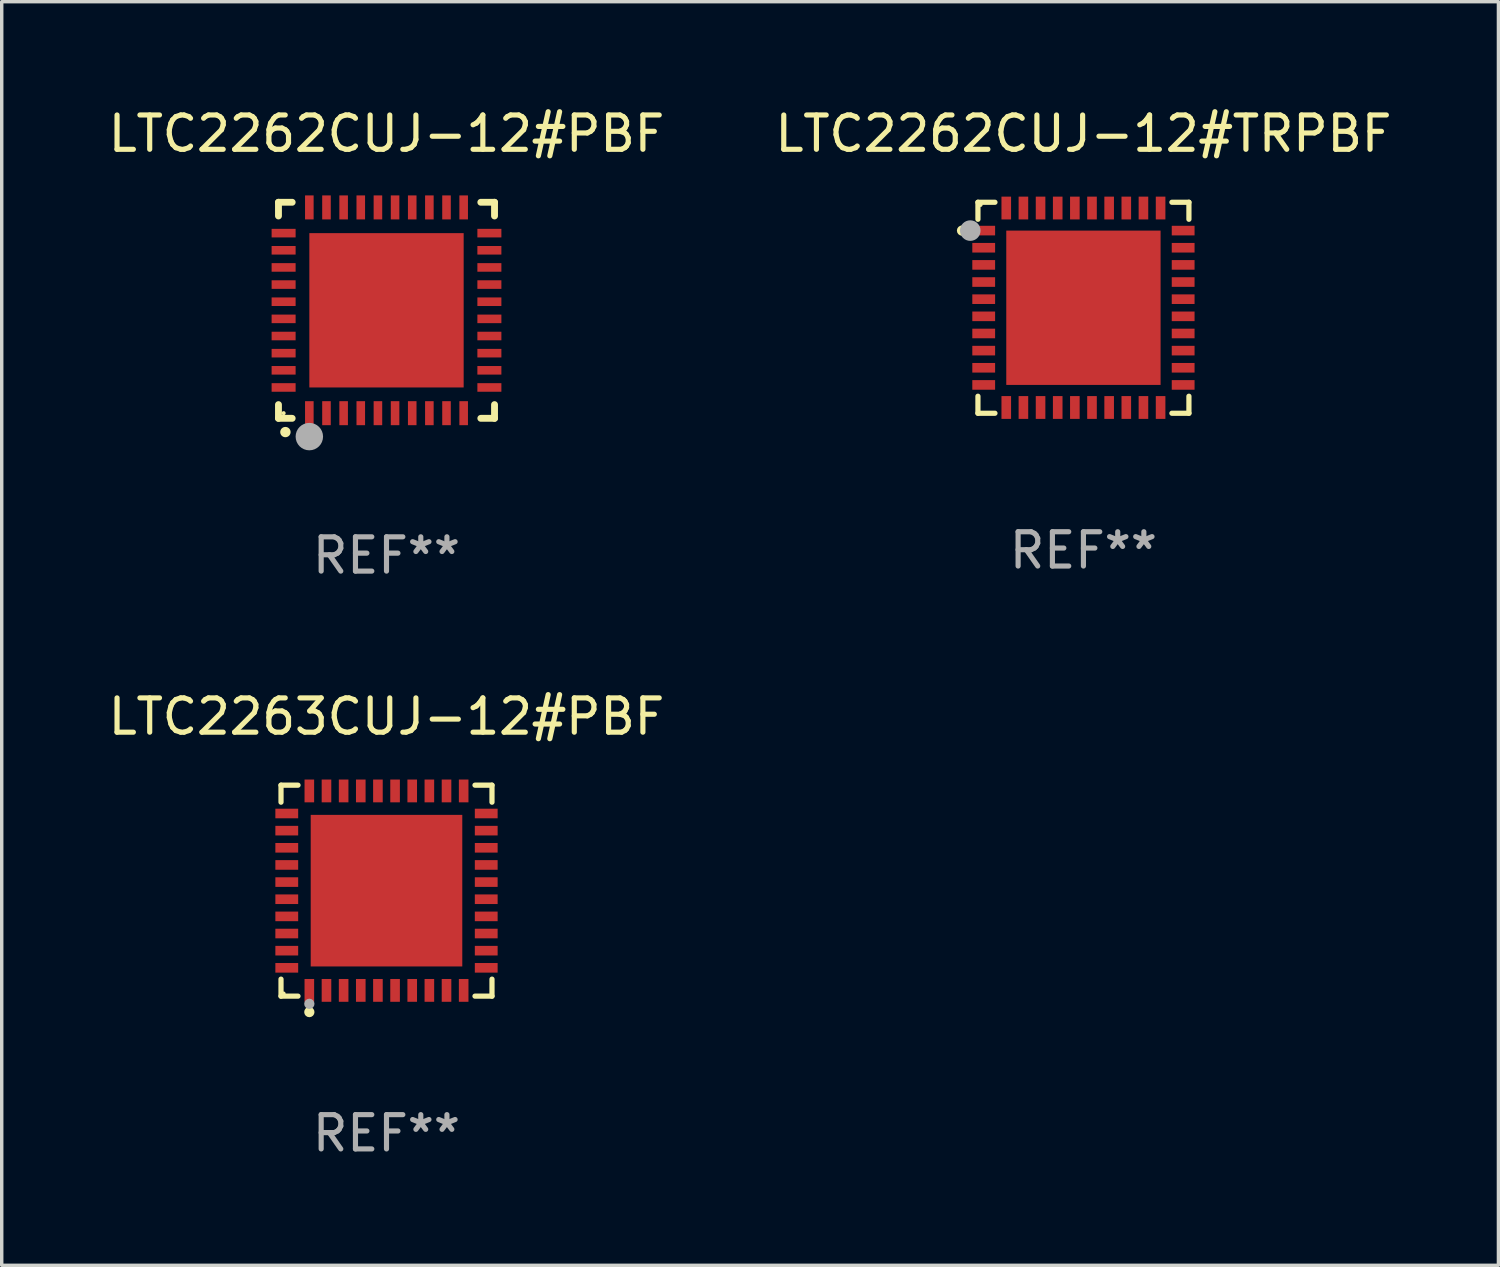
<source format=kicad_pcb>
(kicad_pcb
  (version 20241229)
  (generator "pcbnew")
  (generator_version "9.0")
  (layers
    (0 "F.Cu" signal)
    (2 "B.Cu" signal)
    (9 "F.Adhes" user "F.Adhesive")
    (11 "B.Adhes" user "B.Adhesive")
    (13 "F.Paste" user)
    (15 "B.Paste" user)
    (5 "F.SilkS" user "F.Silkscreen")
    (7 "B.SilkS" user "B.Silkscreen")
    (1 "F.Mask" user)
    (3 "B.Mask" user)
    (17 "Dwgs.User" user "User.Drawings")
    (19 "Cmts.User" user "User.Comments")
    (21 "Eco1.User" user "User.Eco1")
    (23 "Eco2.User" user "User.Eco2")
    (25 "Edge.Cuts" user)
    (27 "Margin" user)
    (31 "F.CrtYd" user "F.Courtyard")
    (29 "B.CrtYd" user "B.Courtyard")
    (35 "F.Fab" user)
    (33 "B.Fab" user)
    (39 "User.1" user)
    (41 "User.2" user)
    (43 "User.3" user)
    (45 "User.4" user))
  (footprint "LTC2262CUJ-12#PBF"
    (layer "F.Cu")
    (at 8.22 5.998)
    (property "Reference" "LTC2262CUJ-12#PBF" (at 0 -5.15 0) (layer "F.SilkS") (effects (font (size 1 1) (thickness 0.15))))
    (attr through_hole)
    (fp_line (start -3.15 -3.15) (end -2.75 -3.15) (stroke (width 0.2) (type solid)) (layer "F.SilkS"))
    (fp_line (start -3.15 -2.75) (end -3.15 -3.15) (stroke (width 0.2) (type solid)) (layer "F.SilkS"))
    (fp_line (start -3.15 3.15) (end -3.15 2.75) (stroke (width 0.2) (type solid)) (layer "F.SilkS"))
    (fp_line (start -2.75 3.15) (end -3.15 3.15) (stroke (width 0.2) (type solid)) (layer "F.SilkS"))
    (fp_line (start 3.15 -3.15) (end 2.75 -3.15) (stroke (width 0.2) (type solid)) (layer "F.SilkS"))
    (fp_line (start 3.15 -2.75) (end 3.15 -3.15) (stroke (width 0.2) (type solid)) (layer "F.SilkS"))
    (fp_line (start 3.15 2.75) (end 3.15 3.15) (stroke (width 0.2) (type solid)) (layer "F.SilkS"))
    (fp_line (start 3.15 3.15) (end 2.75 3.15) (stroke (width 0.2) (type solid)) (layer "F.SilkS"))
    (fp_arc (start -2.94892 3.550927) (mid -2.94765 3.550922) (end -2.94638 3.550927) (stroke (width 0.3) (type solid)) (layer "F.SilkS"))
    (fp_circle (center -3 3) (end -2.97 3) (stroke (width 0.06) (type solid)) (fill no) (layer "F.SilkS"))
    (fp_circle (center -2.25 3.683) (end -2.05 3.683) (stroke (width 0.4) (type solid)) (fill no) (layer "F.Fab"))
    (fp_text user "REF**" (at 0 7.15 0) (layer "F.Fab") (effects (font (size 1 1) (thickness 0.15))))
    (pad "1" smd rect (at -2.25 3 180) (size 0.25 0.7) (layers "F.Cu" "F.Mask" "F.Paste"))
    (pad "2" smd rect (at -1.75 3 180) (size 0.25 0.7) (layers "F.Cu" "F.Mask" "F.Paste"))
    (pad "3" smd rect (at -1.25 3 180) (size 0.25 0.7) (layers "F.Cu" "F.Mask" "F.Paste"))
    (pad "4" smd rect (at -0.75 3 180) (size 0.25 0.7) (layers "F.Cu" "F.Mask" "F.Paste"))
    (pad "5" smd rect (at -0.25 3 180) (size 0.25 0.7) (layers "F.Cu" "F.Mask" "F.Paste"))
    (pad "6" smd rect (at 0.25 3 180) (size 0.25 0.7) (layers "F.Cu" "F.Mask" "F.Paste"))
    (pad "7" smd rect (at 0.75 3 180) (size 0.25 0.7) (layers "F.Cu" "F.Mask" "F.Paste"))
    (pad "8" smd rect (at 1.25 3 180) (size 0.25 0.7) (layers "F.Cu" "F.Mask" "F.Paste"))
    (pad "9" smd rect (at 1.75 3 180) (size 0.25 0.7) (layers "F.Cu" "F.Mask" "F.Paste"))
    (pad "10" smd rect (at 2.25 3 180) (size 0.25 0.7) (layers "F.Cu" "F.Mask" "F.Paste"))
    (pad "11" smd rect (at 3 2.25 90) (size 0.25 0.7) (layers "F.Cu" "F.Mask" "F.Paste"))
    (pad "12" smd rect (at 3 1.75 90) (size 0.25 0.7) (layers "F.Cu" "F.Mask" "F.Paste"))
    (pad "13" smd rect (at 3 1.25 90) (size 0.25 0.7) (layers "F.Cu" "F.Mask" "F.Paste"))
    (pad "14" smd rect (at 3 0.75 90) (size 0.25 0.7) (layers "F.Cu" "F.Mask" "F.Paste"))
    (pad "15" smd rect (at 3 0.25 90) (size 0.25 0.7) (layers "F.Cu" "F.Mask" "F.Paste"))
    (pad "16" smd rect (at 3 -0.25 90) (size 0.25 0.7) (layers "F.Cu" "F.Mask" "F.Paste"))
    (pad "17" smd rect (at 3 -0.75 90) (size 0.25 0.7) (layers "F.Cu" "F.Mask" "F.Paste"))
    (pad "18" smd rect (at 3 -1.25 90) (size 0.25 0.7) (layers "F.Cu" "F.Mask" "F.Paste"))
    (pad "19" smd rect (at 3 -1.75 90) (size 0.25 0.7) (layers "F.Cu" "F.Mask" "F.Paste"))
    (pad "20" smd rect (at 3 -2.25 90) (size 0.25 0.7) (layers "F.Cu" "F.Mask" "F.Paste"))
    (pad "21" smd rect (at 2.25 -3 180) (size 0.25 0.7) (layers "F.Cu" "F.Mask" "F.Paste"))
    (pad "22" smd rect (at 1.75 -3 180) (size 0.25 0.7) (layers "F.Cu" "F.Mask" "F.Paste"))
    (pad "23" smd rect (at 1.25 -3 180) (size 0.25 0.7) (layers "F.Cu" "F.Mask" "F.Paste"))
    (pad "24" smd rect (at 0.75 -3 180) (size 0.25 0.7) (layers "F.Cu" "F.Mask" "F.Paste"))
    (pad "25" smd rect (at 0.25 -3 180) (size 0.25 0.7) (layers "F.Cu" "F.Mask" "F.Paste"))
    (pad "26" smd rect (at -0.25 -3 180) (size 0.25 0.7) (layers "F.Cu" "F.Mask" "F.Paste"))
    (pad "27" smd rect (at -0.75 -3 180) (size 0.25 0.7) (layers "F.Cu" "F.Mask" "F.Paste"))
    (pad "28" smd rect (at -1.25 -3 180) (size 0.25 0.7) (layers "F.Cu" "F.Mask" "F.Paste"))
    (pad "29" smd rect (at -1.75 -3 180) (size 0.25 0.7) (layers "F.Cu" "F.Mask" "F.Paste"))
    (pad "30" smd rect (at -2.25 -3 180) (size 0.25 0.7) (layers "F.Cu" "F.Mask" "F.Paste"))
    (pad "31" smd rect (at -3 -2.25 90) (size 0.25 0.7) (layers "F.Cu" "F.Mask" "F.Paste"))
    (pad "32" smd rect (at -3 -1.75 90) (size 0.25 0.7) (layers "F.Cu" "F.Mask" "F.Paste"))
    (pad "33" smd rect (at -3 -1.25 90) (size 0.25 0.7) (layers "F.Cu" "F.Mask" "F.Paste"))
    (pad "34" smd rect (at -3 -0.75 90) (size 0.25 0.7) (layers "F.Cu" "F.Mask" "F.Paste"))
    (pad "35" smd rect (at -3 -0.25 90) (size 0.25 0.7) (layers "F.Cu" "F.Mask" "F.Paste"))
    (pad "36" smd rect (at -3 0.25 90) (size 0.25 0.7) (layers "F.Cu" "F.Mask" "F.Paste"))
    (pad "37" smd rect (at -3 0.75 90) (size 0.25 0.7) (layers "F.Cu" "F.Mask" "F.Paste"))
    (pad "38" smd rect (at -3 1.25 90) (size 0.25 0.7) (layers "F.Cu" "F.Mask" "F.Paste"))
    (pad "39" smd rect (at -3 1.75 90) (size 0.25 0.7) (layers "F.Cu" "F.Mask" "F.Paste"))
    (pad "40" smd rect (at -3 2.25 90) (size 0.25 0.7) (layers "F.Cu" "F.Mask" "F.Paste"))
    (pad "41" smd rect (at 0.000102 0.000076 90) (size 4.5 4.5) (layers "F.Cu" "F.Mask" "F.Paste")))
  (footprint "LTC2262CUJ-12#TRPBF"
    (layer "F.Cu")
    (at 28.542 5.924)
    (property "Reference" "LTC2262CUJ-12#TRPBF" (at 0 -5.076 0) (layer "F.SilkS") (effects (font (size 1 1) (thickness 0.15))))
    (attr through_hole)
    (fp_line (start -3.076 -3.076) (end -3.076 -2.58) (stroke (width 0.152) (type solid)) (layer "F.SilkS"))
    (fp_line (start -3.076 3.076) (end -3.076 2.58) (stroke (width 0.152) (type solid)) (layer "F.SilkS"))
    (fp_line (start -2.58 -3.076) (end -3.076 -3.076) (stroke (width 0.152) (type solid)) (layer "F.SilkS"))
    (fp_line (start -2.58 3.076) (end -3.076 3.076) (stroke (width 0.152) (type solid)) (layer "F.SilkS"))
    (fp_line (start 2.58 -3.076) (end 3.076 -3.076) (stroke (width 0.152) (type solid)) (layer "F.SilkS"))
    (fp_line (start 2.58 3.076) (end 3.076 3.076) (stroke (width 0.152) (type solid)) (layer "F.SilkS"))
    (fp_line (start 3.076 -3.076) (end 3.076 -2.58) (stroke (width 0.152) (type solid)) (layer "F.SilkS"))
    (fp_line (start 3.076 3.076) (end 3.076 2.58) (stroke (width 0.152) (type solid)) (layer "F.SilkS"))
    (fp_circle (center -3.54 -2.25) (end -3.465 -2.25) (stroke (width 0.15) (type solid)) (fill no) (layer "F.SilkS"))
    (fp_circle (center -3 -3) (end -2.97 -3) (stroke (width 0.06) (type solid)) (fill no) (layer "F.SilkS"))
    (fp_circle (center -3.3 -2.25) (end -3.15 -2.25) (stroke (width 0.3) (type solid)) (fill no) (layer "F.Fab"))
    (fp_text user "REF**" (at 0 7.076 0) (layer "F.Fab") (effects (font (size 1 1) (thickness 0.15))))
    (pad "1" smd rect (at -2.908 -2.25) (size 0.665 0.28) (layers "F.Cu" "F.Mask" "F.Paste"))
    (pad "2" smd rect (at -2.908 -1.75) (size 0.665 0.28) (layers "F.Cu" "F.Mask" "F.Paste"))
    (pad "3" smd rect (at -2.908 -1.25) (size 0.665 0.28) (layers "F.Cu" "F.Mask" "F.Paste"))
    (pad "4" smd rect (at -2.908 -0.75) (size 0.665 0.28) (layers "F.Cu" "F.Mask" "F.Paste"))
    (pad "5" smd rect (at -2.908 -0.25) (size 0.665 0.28) (layers "F.Cu" "F.Mask" "F.Paste"))
    (pad "6" smd rect (at -2.908 0.25) (size 0.665 0.28) (layers "F.Cu" "F.Mask" "F.Paste"))
    (pad "7" smd rect (at -2.908 0.75) (size 0.665 0.28) (layers "F.Cu" "F.Mask" "F.Paste"))
    (pad "8" smd rect (at -2.908 1.25) (size 0.665 0.28) (layers "F.Cu" "F.Mask" "F.Paste"))
    (pad "9" smd rect (at -2.908 1.75) (size 0.665 0.28) (layers "F.Cu" "F.Mask" "F.Paste"))
    (pad "10" smd rect (at -2.908 2.25) (size 0.665 0.28) (layers "F.Cu" "F.Mask" "F.Paste"))
    (pad "11" smd rect (at -2.25 2.908) (size 0.28 0.665) (layers "F.Cu" "F.Mask" "F.Paste"))
    (pad "12" smd rect (at -1.75 2.908) (size 0.28 0.665) (layers "F.Cu" "F.Mask" "F.Paste"))
    (pad "13" smd rect (at -1.25 2.908) (size 0.28 0.665) (layers "F.Cu" "F.Mask" "F.Paste"))
    (pad "14" smd rect (at -0.75 2.908) (size 0.28 0.665) (layers "F.Cu" "F.Mask" "F.Paste"))
    (pad "15" smd rect (at -0.25 2.908) (size 0.28 0.665) (layers "F.Cu" "F.Mask" "F.Paste"))
    (pad "16" smd rect (at 0.25 2.908) (size 0.28 0.665) (layers "F.Cu" "F.Mask" "F.Paste"))
    (pad "17" smd rect (at 0.75 2.908) (size 0.28 0.665) (layers "F.Cu" "F.Mask" "F.Paste"))
    (pad "18" smd rect (at 1.25 2.908) (size 0.28 0.665) (layers "F.Cu" "F.Mask" "F.Paste"))
    (pad "19" smd rect (at 1.75 2.908) (size 0.28 0.665) (layers "F.Cu" "F.Mask" "F.Paste"))
    (pad "20" smd rect (at 2.25 2.908) (size 0.28 0.665) (layers "F.Cu" "F.Mask" "F.Paste"))
    (pad "21" smd rect (at 2.908 2.25) (size 0.665 0.28) (layers "F.Cu" "F.Mask" "F.Paste"))
    (pad "22" smd rect (at 2.908 1.75) (size 0.665 0.28) (layers "F.Cu" "F.Mask" "F.Paste"))
    (pad "23" smd rect (at 2.908 1.25) (size 0.665 0.28) (layers "F.Cu" "F.Mask" "F.Paste"))
    (pad "24" smd rect (at 2.908 0.75) (size 0.665 0.28) (layers "F.Cu" "F.Mask" "F.Paste"))
    (pad "25" smd rect (at 2.908 0.25) (size 0.665 0.28) (layers "F.Cu" "F.Mask" "F.Paste"))
    (pad "26" smd rect (at 2.908 -0.25) (size 0.665 0.28) (layers "F.Cu" "F.Mask" "F.Paste"))
    (pad "27" smd rect (at 2.908 -0.75) (size 0.665 0.28) (layers "F.Cu" "F.Mask" "F.Paste"))
    (pad "28" smd rect (at 2.908 -1.25) (size 0.665 0.28) (layers "F.Cu" "F.Mask" "F.Paste"))
    (pad "29" smd rect (at 2.908 -1.75) (size 0.665 0.28) (layers "F.Cu" "F.Mask" "F.Paste"))
    (pad "30" smd rect (at 2.908 -2.25) (size 0.665 0.28) (layers "F.Cu" "F.Mask" "F.Paste"))
    (pad "31" smd rect (at 2.25 -2.908) (size 0.28 0.665) (layers "F.Cu" "F.Mask" "F.Paste"))
    (pad "32" smd rect (at 1.75 -2.908) (size 0.28 0.665) (layers "F.Cu" "F.Mask" "F.Paste"))
    (pad "33" smd rect (at 1.25 -2.908) (size 0.28 0.665) (layers "F.Cu" "F.Mask" "F.Paste"))
    (pad "34" smd rect (at 0.75 -2.908) (size 0.28 0.665) (layers "F.Cu" "F.Mask" "F.Paste"))
    (pad "35" smd rect (at 0.25 -2.908) (size 0.28 0.665) (layers "F.Cu" "F.Mask" "F.Paste"))
    (pad "36" smd rect (at -0.25 -2.908) (size 0.28 0.665) (layers "F.Cu" "F.Mask" "F.Paste"))
    (pad "37" smd rect (at -0.75 -2.908) (size 0.28 0.665) (layers "F.Cu" "F.Mask" "F.Paste"))
    (pad "38" smd rect (at -1.25 -2.908) (size 0.28 0.665) (layers "F.Cu" "F.Mask" "F.Paste"))
    (pad "39" smd rect (at -1.75 -2.908) (size 0.28 0.665) (layers "F.Cu" "F.Mask" "F.Paste"))
    (pad "40" smd rect (at -2.25 -2.908) (size 0.28 0.665) (layers "F.Cu" "F.Mask" "F.Paste"))
    (pad "41" smd rect (at 0 0) (size 4.5 4.5) (layers "F.Cu" "F.Mask" "F.Paste")))
  (footprint "LTC2263CUJ-12#PBF"
    (layer "F.Cu")
    (at 8.22 22.921)
    (property "Reference" "LTC2263CUJ-12#PBF" (at 0 -5.076 0) (layer "F.SilkS") (effects (font (size 1 1) (thickness 0.15))))
    (attr through_hole)
    (fp_line (start -3.076 -3.076) (end -2.58 -3.076) (stroke (width 0.152) (type solid)) (layer "F.SilkS"))
    (fp_line (start -3.076 -2.58) (end -3.076 -3.076) (stroke (width 0.152) (type solid)) (layer "F.SilkS"))
    (fp_line (start -3.076 2.58) (end -3.076 3.076) (stroke (width 0.152) (type solid)) (layer "F.SilkS"))
    (fp_line (start -3.076 3.076) (end -2.58 3.076) (stroke (width 0.152) (type solid)) (layer "F.SilkS"))
    (fp_line (start 3.076 -3.076) (end 2.58 -3.076) (stroke (width 0.152) (type solid)) (layer "F.SilkS"))
    (fp_line (start 3.076 -2.58) (end 3.076 -3.076) (stroke (width 0.152) (type solid)) (layer "F.SilkS"))
    (fp_line (start 3.076 2.58) (end 3.076 3.076) (stroke (width 0.152) (type solid)) (layer "F.SilkS"))
    (fp_line (start 3.076 3.076) (end 2.58 3.076) (stroke (width 0.152) (type solid)) (layer "F.SilkS"))
    (fp_circle (center -3 3) (end -2.97 3) (stroke (width 0.06) (type solid)) (fill no) (layer "F.SilkS"))
    (fp_circle (center -2.25 3.54) (end -2.175 3.54) (stroke (width 0.15) (type solid)) (fill no) (layer "F.SilkS"))
    (fp_circle (center -2.25 3.3) (end -2.175 3.3) (stroke (width 0.15) (type solid)) (fill no) (layer "F.Fab"))
    (fp_text user "REF**" (at 0 7.076 0) (layer "F.Fab") (effects (font (size 1 1) (thickness 0.15))))
    (pad "1" smd rect (at -2.25 2.908) (size 0.28 0.665) (layers "F.Cu" "F.Mask" "F.Paste"))
    (pad "2" smd rect (at -1.75 2.908) (size 0.28 0.665) (layers "F.Cu" "F.Mask" "F.Paste"))
    (pad "3" smd rect (at -1.25 2.908) (size 0.28 0.665) (layers "F.Cu" "F.Mask" "F.Paste"))
    (pad "4" smd rect (at -0.75 2.908) (size 0.28 0.665) (layers "F.Cu" "F.Mask" "F.Paste"))
    (pad "5" smd rect (at -0.25 2.908) (size 0.28 0.665) (layers "F.Cu" "F.Mask" "F.Paste"))
    (pad "6" smd rect (at 0.25 2.908) (size 0.28 0.665) (layers "F.Cu" "F.Mask" "F.Paste"))
    (pad "7" smd rect (at 0.75 2.908) (size 0.28 0.665) (layers "F.Cu" "F.Mask" "F.Paste"))
    (pad "8" smd rect (at 1.25 2.908) (size 0.28 0.665) (layers "F.Cu" "F.Mask" "F.Paste"))
    (pad "9" smd rect (at 1.75 2.908) (size 0.28 0.665) (layers "F.Cu" "F.Mask" "F.Paste"))
    (pad "10" smd rect (at 2.25 2.908) (size 0.28 0.665) (layers "F.Cu" "F.Mask" "F.Paste"))
    (pad "11" smd rect (at 2.908 2.25) (size 0.665 0.28) (layers "F.Cu" "F.Mask" "F.Paste"))
    (pad "12" smd rect (at 2.908 1.75) (size 0.665 0.28) (layers "F.Cu" "F.Mask" "F.Paste"))
    (pad "13" smd rect (at 2.908 1.25) (size 0.665 0.28) (layers "F.Cu" "F.Mask" "F.Paste"))
    (pad "14" smd rect (at 2.908 0.75) (size 0.665 0.28) (layers "F.Cu" "F.Mask" "F.Paste"))
    (pad "15" smd rect (at 2.908 0.25) (size 0.665 0.28) (layers "F.Cu" "F.Mask" "F.Paste"))
    (pad "16" smd rect (at 2.908 -0.25) (size 0.665 0.28) (layers "F.Cu" "F.Mask" "F.Paste"))
    (pad "17" smd rect (at 2.908 -0.75) (size 0.665 0.28) (layers "F.Cu" "F.Mask" "F.Paste"))
    (pad "18" smd rect (at 2.908 -1.25) (size 0.665 0.28) (layers "F.Cu" "F.Mask" "F.Paste"))
    (pad "19" smd rect (at 2.908 -1.75) (size 0.665 0.28) (layers "F.Cu" "F.Mask" "F.Paste"))
    (pad "20" smd rect (at 2.908 -2.25) (size 0.665 0.28) (layers "F.Cu" "F.Mask" "F.Paste"))
    (pad "21" smd rect (at 2.25 -2.908) (size 0.28 0.665) (layers "F.Cu" "F.Mask" "F.Paste"))
    (pad "22" smd rect (at 1.75 -2.908) (size 0.28 0.665) (layers "F.Cu" "F.Mask" "F.Paste"))
    (pad "23" smd rect (at 1.25 -2.908) (size 0.28 0.665) (layers "F.Cu" "F.Mask" "F.Paste"))
    (pad "24" smd rect (at 0.75 -2.908) (size 0.28 0.665) (layers "F.Cu" "F.Mask" "F.Paste"))
    (pad "25" smd rect (at 0.25 -2.908) (size 0.28 0.665) (layers "F.Cu" "F.Mask" "F.Paste"))
    (pad "26" smd rect (at -0.25 -2.908) (size 0.28 0.665) (layers "F.Cu" "F.Mask" "F.Paste"))
    (pad "27" smd rect (at -0.75 -2.908) (size 0.28 0.665) (layers "F.Cu" "F.Mask" "F.Paste"))
    (pad "28" smd rect (at -1.25 -2.908) (size 0.28 0.665) (layers "F.Cu" "F.Mask" "F.Paste"))
    (pad "29" smd rect (at -1.75 -2.908) (size 0.28 0.665) (layers "F.Cu" "F.Mask" "F.Paste"))
    (pad "30" smd rect (at -2.25 -2.908) (size 0.28 0.665) (layers "F.Cu" "F.Mask" "F.Paste"))
    (pad "31" smd rect (at -2.908 -2.25) (size 0.665 0.28) (layers "F.Cu" "F.Mask" "F.Paste"))
    (pad "32" smd rect (at -2.908 -1.75) (size 0.665 0.28) (layers "F.Cu" "F.Mask" "F.Paste"))
    (pad "33" smd rect (at -2.908 -1.25) (size 0.665 0.28) (layers "F.Cu" "F.Mask" "F.Paste"))
    (pad "34" smd rect (at -2.908 -0.75) (size 0.665 0.28) (layers "F.Cu" "F.Mask" "F.Paste"))
    (pad "35" smd rect (at -2.908 -0.25) (size 0.665 0.28) (layers "F.Cu" "F.Mask" "F.Paste"))
    (pad "36" smd rect (at -2.908 0.25) (size 0.665 0.28) (layers "F.Cu" "F.Mask" "F.Paste"))
    (pad "37" smd rect (at -2.908 0.75) (size 0.665 0.28) (layers "F.Cu" "F.Mask" "F.Paste"))
    (pad "38" smd rect (at -2.908 1.25) (size 0.665 0.28) (layers "F.Cu" "F.Mask" "F.Paste"))
    (pad "39" smd rect (at -2.908 1.75) (size 0.665 0.28) (layers "F.Cu" "F.Mask" "F.Paste"))
    (pad "40" smd rect (at -2.908 2.25) (size 0.665 0.28) (layers "F.Cu" "F.Mask" "F.Paste"))
    (pad "41" smd rect (at 0 0) (size 4.42 4.42) (layers "F.Cu" "F.Mask" "F.Paste")))
  (gr_rect
    (start -3 -3)
    (end 40.643 33.845)
    (stroke (width 0.1) (type default))
    (fill no)
    (layer "Edge.Cuts")))
</source>
